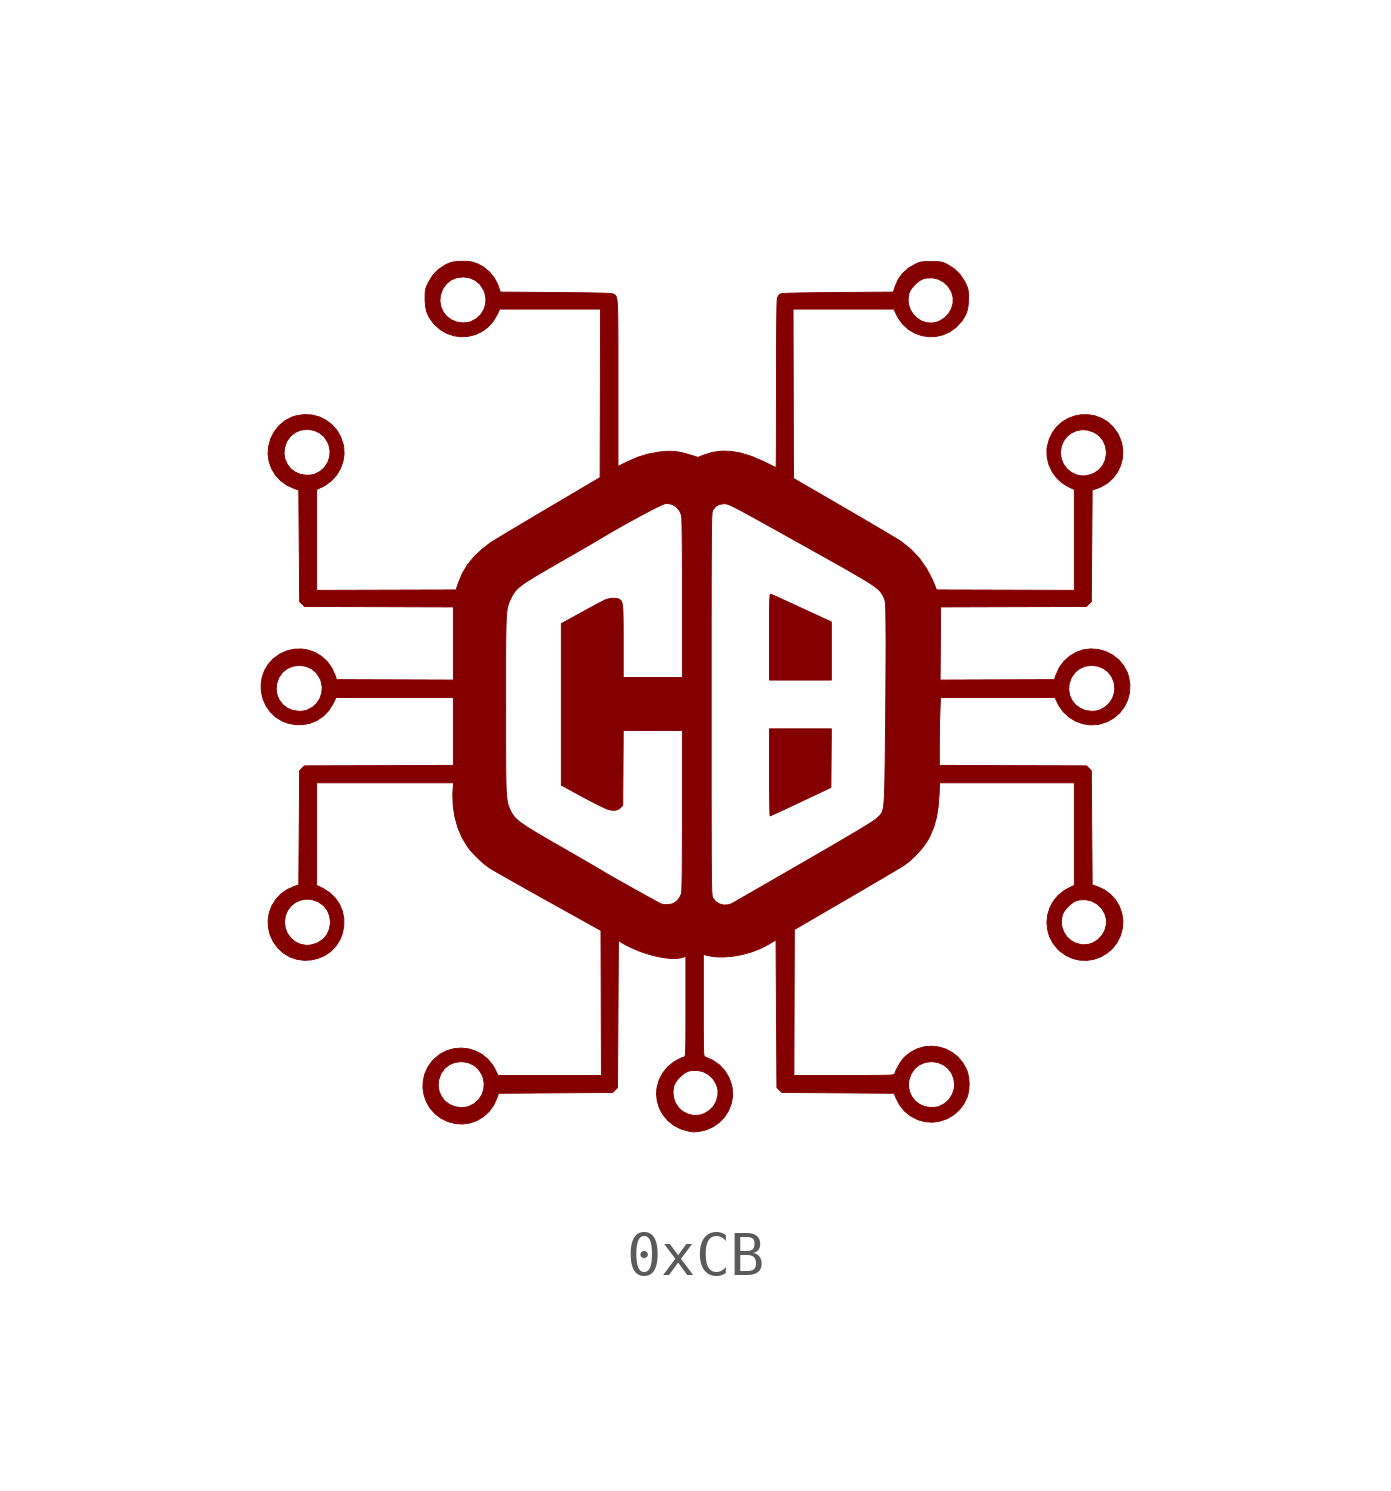
<source format=kicad_sym>
(kicad_symbol_lib
  (version 20211014)
  (generator kicad_symbol_editor)
  (symbol "0xCB"
    (pin_names
      (offset 1.016))
    (property "Reference" "#G"
      (at 0 10.668 0)
      (effects (font (size 1.27 1.27)) hide))
    (symbol "0xCB_0_0"
      (polyline (pts (xy 1.716 -2.739) (xy 1.742 -2.727) (xy 1.8 -2.701) (xy 1.885 -2.662) (xy 1.994 -2.612) (xy 2.122 -2.552) (xy 2.265 -2.485) (xy 2.42 -2.412) (xy 3.11 -2.086) (xy 3.115 -1.413) (xy 3.12 -0.74) (xy 1.7 -0.74) (xy 1.7 -1.783) (xy 1.7 -1.977) (xy 1.701 -2.156) (xy 1.703 -2.319) (xy 1.705 -2.46) (xy 1.707 -2.576) (xy 1.709 -2.664) (xy 1.712 -2.72) (xy 1.715 -2.739) (xy 1.716 -2.739)) (stroke (width 0.01) (type default) (color 0 0 0 0)) (fill (type outline)))
      (polyline (pts (xy 3.12 1.714) (xy 2.445 2.026) (xy 2.438 2.029) (xy 2.284 2.1) (xy 2.141 2.166) (xy 2.013 2.225) (xy 1.904 2.275) (xy 1.818 2.314) (xy 1.761 2.34) (xy 1.735 2.351) (xy 1.731 2.352) (xy 1.724 2.351) (xy 1.718 2.341) (xy 1.713 2.321) (xy 1.709 2.286) (xy 1.706 2.234) (xy 1.704 2.161) (xy 1.702 2.064) (xy 1.701 1.94) (xy 1.7 1.785) (xy 1.7 1.597) (xy 1.7 0.38) (xy 3.12 0.38) (xy 3.12 1.714)) (stroke (width 0.01) (type default) (color 0 0 0 0)) (fill (type outline)))
      (polyline (pts (xy 0.041 -9.991) (xy 0.118 -9.979) (xy 0.241 -9.95) (xy 0.403 -9.879) (xy 0.545 -9.78) (xy 0.665 -9.656) (xy 0.758 -9.511) (xy 0.821 -9.352) (xy 0.852 -9.181) (xy 0.845 -9.004) (xy 0.828 -8.915) (xy 0.766 -8.742) (xy 0.67 -8.587) (xy 0.545 -8.455) (xy 0.392 -8.349) (xy 0.215 -8.273) (xy 0.212 -8.271) (xy 0.205 -8.265) (xy 0.199 -8.252) (xy 0.194 -8.23) (xy 0.19 -8.194) (xy 0.187 -8.143) (xy 0.185 -8.073) (xy 0.183 -7.982) (xy 0.182 -7.865) (xy 0.181 -7.72) (xy 0.18 -7.545) (xy 0.18 -7.336) (xy 0.18 -5.917) (xy 0.225 -5.932) (xy 0.278 -5.947) (xy 0.455 -5.976) (xy 0.653 -5.98) (xy 0.863 -5.962) (xy 1.079 -5.923) (xy 1.292 -5.863) (xy 1.495 -5.784) (xy 1.68 -5.688) (xy 1.85 -5.585) (xy 1.86 -7.282) (xy 1.87 -8.943) (xy 4.891 -8.943) (xy 4.901 -8.808) (xy 4.948 -8.673) (xy 4.956 -8.656) (xy 5.039 -8.54) (xy 5.146 -8.454) (xy 5.275 -8.401) (xy 5.42 -8.383) (xy 5.422 -8.383) (xy 5.564 -8.402) (xy 5.691 -8.454) (xy 5.797 -8.536) (xy 5.879 -8.642) (xy 5.931 -8.768) (xy 5.95 -8.91) (xy 5.942 -9.002) (xy 5.899 -9.135) (xy 5.824 -9.252) (xy 5.721 -9.347) (xy 5.594 -9.413) (xy 5.566 -9.421) (xy 5.496 -9.432) (xy 5.42 -9.437) (xy 5.414 -9.437) (xy 5.273 -9.418) (xy 5.15 -9.366) (xy 5.046 -9.288) (xy 4.967 -9.188) (xy 4.914 -9.071) (xy 4.891 -8.943) (xy 1.87 -8.943) (xy 1.87 -8.979) (xy 1.925 -9.034) (xy 1.981 -9.09) (xy 4.562 -9.11) (xy 4.608 -9.223) (xy 4.688 -9.377) (xy 4.803 -9.52) (xy 4.946 -9.635) (xy 5.114 -9.719) (xy 5.274 -9.763) (xy 5.448 -9.774) (xy 5.618 -9.749) (xy 5.78 -9.693) (xy 5.928 -9.605) (xy 6.058 -9.49) (xy 6.165 -9.349) (xy 6.243 -9.185) (xy 6.248 -9.172) (xy 6.276 -9.04) (xy 6.285 -8.892) (xy 6.274 -8.745) (xy 6.243 -8.615) (xy 6.222 -8.562) (xy 6.136 -8.405) (xy 6.024 -8.274) (xy 5.892 -8.169) (xy 5.744 -8.093) (xy 5.585 -8.045) (xy 5.421 -8.028) (xy 5.256 -8.041) (xy 5.094 -8.088) (xy 4.941 -8.167) (xy 4.801 -8.281) (xy 4.749 -8.341) (xy 4.679 -8.444) (xy 4.617 -8.557) (xy 4.573 -8.665) (xy 4.572 -8.667) (xy 4.566 -8.674) (xy 4.554 -8.68) (xy 4.533 -8.685) (xy 4.499 -8.689) (xy 4.449 -8.693) (xy 4.381 -8.695) (xy 4.291 -8.697) (xy 4.177 -8.698) (xy 4.035 -8.699) (xy 3.861 -8.7) (xy 3.654 -8.7) (xy 3.41 -8.7) (xy 2.26 -8.7) (xy 2.265 -7.025) (xy 2.27 -5.35) (xy 3.472 -4.65) (xy 3.591 -4.581) (xy 3.792 -4.464) (xy 3.982 -4.352) (xy 4.161 -4.247) (xy 4.324 -4.152) (xy 4.468 -4.067) (xy 4.59 -3.994) (xy 4.686 -3.937) (xy 4.755 -3.895) (xy 4.792 -3.872) (xy 4.793 -3.871) (xy 4.907 -3.785) (xy 5.027 -3.675) (xy 5.145 -3.551) (xy 5.248 -3.426) (xy 5.327 -3.309) (xy 5.389 -3.194) (xy 5.472 -2.995) (xy 5.532 -2.778) (xy 5.572 -2.537) (xy 5.594 -2.265) (xy 5.606 -1.98) (xy 8.7 -1.98) (xy 8.7 -4.334) (xy 8.553 -4.406) (xy 8.46 -4.46) (xy 8.324 -4.571) (xy 8.217 -4.703) (xy 8.138 -4.851) (xy 8.089 -5.011) (xy 8.074 -5.152) (xy 8.402 -5.152) (xy 8.424 -5.012) (xy 8.425 -5.011) (xy 8.461 -4.937) (xy 8.523 -4.857) (xy 8.599 -4.781) (xy 8.679 -4.72) (xy 8.752 -4.684) (xy 8.823 -4.668) (xy 8.965 -4.664) (xy 9.1 -4.695) (xy 9.22 -4.76) (xy 9.322 -4.856) (xy 9.398 -4.98) (xy 9.403 -4.99) (xy 9.437 -5.117) (xy 9.434 -5.247) (xy 9.399 -5.373) (xy 9.333 -5.488) (xy 9.239 -5.585) (xy 9.12 -5.658) (xy 9.032 -5.687) (xy 8.92 -5.699) (xy 8.874 -5.697) (xy 8.742 -5.667) (xy 8.626 -5.606) (xy 8.53 -5.519) (xy 8.459 -5.411) (xy 8.414 -5.287) (xy 8.402 -5.152) (xy 8.074 -5.152) (xy 8.071 -5.178) (xy 8.085 -5.345) (xy 8.13 -5.508) (xy 8.21 -5.662) (xy 8.323 -5.801) (xy 8.369 -5.844) (xy 8.514 -5.947) (xy 8.67 -6.017) (xy 8.832 -6.053) (xy 8.995 -6.057) (xy 9.155 -6.031) (xy 9.308 -5.976) (xy 9.449 -5.894) (xy 9.574 -5.786) (xy 9.677 -5.653) (xy 9.755 -5.498) (xy 9.804 -5.321) (xy 9.816 -5.159) (xy 9.793 -4.986) (xy 9.737 -4.822) (xy 9.649 -4.672) (xy 9.533 -4.543) (xy 9.392 -4.438) (xy 9.228 -4.363) (xy 9.11 -4.323) (xy 9.09 -1.701) (xy 9.034 -1.645) (xy 8.979 -1.59) (xy 7.29 -1.585) (xy 5.6 -1.579) (xy 5.6 -1.145) (xy 5.601 -1.001) (xy 5.603 -0.83) (xy 5.605 -0.658) (xy 5.609 -0.498) (xy 5.613 -0.365) (xy 5.626 -0.02) (xy 6.941 -0.02) (xy 8.256 -0.02) (xy 8.317 -0.149) (xy 8.348 -0.209) (xy 8.451 -0.352) (xy 8.58 -0.471) (xy 8.729 -0.563) (xy 8.893 -0.623) (xy 9.065 -0.65) (xy 9.24 -0.64) (xy 9.288 -0.631) (xy 9.462 -0.573) (xy 9.615 -0.485) (xy 9.745 -0.37) (xy 9.849 -0.233) (xy 9.924 -0.078) (xy 9.968 0.09) (xy 9.977 0.268) (xy 9.949 0.451) (xy 9.918 0.548) (xy 9.835 0.706) (xy 9.723 0.842) (xy 9.584 0.952) (xy 9.422 1.034) (xy 9.242 1.084) (xy 9.073 1.096) (xy 8.899 1.073) (xy 8.736 1.014) (xy 8.587 0.924) (xy 8.458 0.805) (xy 8.353 0.66) (xy 8.277 0.49) (xy 8.243 0.39) (xy 5.618 0.38) (xy 5.624 1.22) (xy 5.63 2.059) (xy 7.304 2.065) (xy 8.979 2.07) (xy 9.034 2.126) (xy 9.09 2.181) (xy 9.11 4.743) (xy 9.228 4.783) (xy 9.318 4.819) (xy 9.469 4.91) (xy 9.596 5.027) (xy 9.695 5.164) (xy 9.766 5.318) (xy 9.807 5.484) (xy 9.814 5.655) (xy 9.786 5.827) (xy 9.722 5.996) (xy 9.691 6.052) (xy 9.586 6.196) (xy 9.462 6.31) (xy 9.323 6.393) (xy 9.173 6.448) (xy 9.018 6.474) (xy 8.861 6.473) (xy 8.707 6.444) (xy 8.56 6.389) (xy 8.424 6.308) (xy 8.303 6.202) (xy 8.203 6.071) (xy 8.127 5.917) (xy 8.079 5.74) (xy 8.071 5.674) (xy 8.073 5.608) (xy 8.382 5.608) (xy 8.401 5.746) (xy 8.453 5.87) (xy 8.531 5.973) (xy 8.632 6.053) (xy 8.749 6.106) (xy 8.878 6.129) (xy 9.012 6.119) (xy 9.147 6.072) (xy 9.164 6.064) (xy 9.28 5.981) (xy 9.365 5.873) (xy 9.419 5.745) (xy 9.437 5.6) (xy 9.437 5.579) (xy 9.413 5.438) (xy 9.357 5.313) (xy 9.27 5.209) (xy 9.156 5.132) (xy 9.11 5.112) (xy 9.024 5.085) (xy 8.949 5.07) (xy 8.874 5.068) (xy 8.743 5.094) (xy 8.625 5.151) (xy 8.524 5.237) (xy 8.447 5.344) (xy 8.398 5.47) (xy 8.382 5.608) (xy 8.073 5.608) (xy 8.075 5.5) (xy 8.116 5.33) (xy 8.188 5.171) (xy 8.29 5.029) (xy 8.419 4.909) (xy 8.57 4.817) (xy 8.7 4.756) (xy 8.7 2.44) (xy 5.536 2.45) (xy 5.471 2.612) (xy 5.443 2.678) (xy 5.309 2.936) (xy 5.144 3.171) (xy 4.95 3.378) (xy 4.73 3.556) (xy 4.716 3.566) (xy 4.663 3.599) (xy 4.58 3.65) (xy 4.47 3.715) (xy 4.337 3.795) (xy 4.183 3.885) (xy 4.012 3.986) (xy 3.828 4.094) (xy 3.633 4.208) (xy 3.43 4.326) (xy 2.25 5.011) (xy 2.245 6.955) (xy 2.24 8.9) (xy 4.556 8.9) (xy 4.617 8.77) (xy 4.661 8.687) (xy 4.768 8.544) (xy 4.895 8.43) (xy 5.039 8.346) (xy 5.195 8.29) (xy 5.358 8.265) (xy 5.523 8.271) (xy 5.684 8.308) (xy 5.839 8.376) (xy 5.98 8.477) (xy 6.105 8.611) (xy 6.135 8.652) (xy 6.199 8.759) (xy 6.241 8.868) (xy 6.263 8.991) (xy 6.269 9.14) (xy 6.269 9.168) (xy 6.268 9.256) (xy 6.263 9.321) (xy 6.251 9.375) (xy 6.23 9.431) (xy 6.198 9.501) (xy 6.179 9.538) (xy 6.074 9.696) (xy 5.942 9.825) (xy 5.785 9.924) (xy 5.741 9.945) (xy 5.69 9.966) (xy 5.643 9.979) (xy 5.587 9.987) (xy 5.513 9.989) (xy 5.41 9.99) (xy 5.337 9.99) (xy 5.254 9.988) (xy 5.194 9.982) (xy 5.145 9.972) (xy 5.097 9.953) (xy 5.04 9.926) (xy 4.886 9.835) (xy 4.753 9.715) (xy 4.651 9.572) (xy 4.58 9.405) (xy 4.545 9.29) (xy 3.267 9.28) (xy 3.068 9.278) (xy 2.819 9.276) (xy 2.606 9.273) (xy 2.426 9.271) (xy 2.279 9.267) (xy 2.162 9.264) (xy 2.072 9.26) (xy 2.008 9.256) (xy 1.967 9.251) (xy 1.947 9.245) (xy 1.947 9.245) (xy 1.91 9.21) (xy 1.882 9.158) (xy 1.879 9.142) (xy 1.878 9.131) (xy 4.882 9.131) (xy 4.904 9.268) (xy 4.905 9.269) (xy 4.941 9.343) (xy 5.003 9.423) (xy 5.079 9.499) (xy 5.159 9.56) (xy 5.232 9.596) (xy 5.303 9.612) (xy 5.445 9.616) (xy 5.58 9.585) (xy 5.7 9.52) (xy 5.802 9.424) (xy 5.878 9.3) (xy 5.883 9.29) (xy 5.917 9.162) (xy 5.915 9.033) (xy 5.879 8.907) (xy 5.813 8.792) (xy 5.719 8.695) (xy 5.6 8.622) (xy 5.563 8.606) (xy 5.435 8.579) (xy 5.31 8.586) (xy 5.194 8.624) (xy 5.09 8.688) (xy 5.002 8.775) (xy 4.935 8.881) (xy 4.894 9.001) (xy 4.882 9.131) (xy 1.878 9.131) (xy 1.875 9.095) (xy 1.872 9.018) (xy 1.869 8.909) (xy 1.867 8.768) (xy 1.865 8.593) (xy 1.863 8.383) (xy 1.862 8.138) (xy 1.861 7.856) (xy 1.86 7.536) (xy 1.86 7.177) (xy 1.86 7.073) (xy 1.86 6.804) (xy 1.859 6.548) (xy 1.859 6.307) (xy 1.858 6.084) (xy 1.858 5.882) (xy 1.857 5.703) (xy 1.856 5.551) (xy 1.855 5.428) (xy 1.854 5.336) (xy 1.853 5.28) (xy 1.851 5.26) (xy 1.85 5.26) (xy 1.823 5.272) (xy 1.769 5.298) (xy 1.695 5.334) (xy 1.606 5.378) (xy 1.54 5.41) (xy 1.282 5.519) (xy 1.04 5.593) (xy 0.812 5.633) (xy 0.594 5.638) (xy 0.386 5.608) (xy 0.184 5.545) (xy 0.057 5.494) (xy -0.115 5.548) (xy -0.257 5.589) (xy -0.391 5.618) (xy -0.515 5.633) (xy -0.64 5.634) (xy -0.781 5.623) (xy -0.836 5.616) (xy -1.087 5.57) (xy -1.325 5.497) (xy -1.565 5.393) (xy -1.78 5.287) (xy -1.78 7.499) (xy -1.78 7.79) (xy -1.78 8.045) (xy -1.781 8.268) (xy -1.782 8.46) (xy -1.783 8.623) (xy -1.785 8.761) (xy -1.788 8.875) (xy -1.792 8.968) (xy -1.796 9.042) (xy -1.802 9.1) (xy -1.809 9.143) (xy -1.818 9.175) (xy -1.828 9.198) (xy -1.839 9.214) (xy -1.853 9.226) (xy -1.868 9.235) (xy -1.885 9.245) (xy -1.887 9.245) (xy -1.907 9.251) (xy -1.946 9.255) (xy -2.006 9.26) (xy -2.089 9.264) (xy -2.197 9.267) (xy -2.333 9.27) (xy -2.5 9.273) (xy -2.699 9.275) (xy -2.934 9.278) (xy -3.206 9.28) (xy -4.482 9.29) (xy -4.527 9.422) (xy -4.543 9.467) (xy -4.625 9.62) (xy -4.735 9.755) (xy -4.866 9.862) (xy -4.889 9.877) (xy -5.005 9.939) (xy -5.12 9.978) (xy -5.247 9.996) (xy -5.398 9.996) (xy -5.429 9.995) (xy -5.519 9.988) (xy -5.589 9.976) (xy -5.653 9.955) (xy -5.725 9.923) (xy -5.763 9.904) (xy -5.913 9.8) (xy -6.039 9.665) (xy -6.138 9.501) (xy -6.147 9.481) (xy -6.177 9.415) (xy -6.195 9.361) (xy -6.205 9.306) (xy -6.209 9.237) (xy -6.21 9.14) (xy -6.209 9.092) (xy -6.208 9.077) (xy -5.869 9.077) (xy -5.859 9.212) (xy -5.812 9.347) (xy -5.804 9.364) (xy -5.721 9.48) (xy -5.614 9.566) (xy -5.485 9.619) (xy -5.34 9.637) (xy -5.321 9.637) (xy -5.178 9.614) (xy -5.052 9.556) (xy -4.947 9.467) (xy -4.868 9.347) (xy -4.839 9.278) (xy -4.812 9.141) (xy -4.821 9.006) (xy -4.863 8.879) (xy -4.936 8.766) (xy -5.038 8.673) (xy -5.166 8.607) (xy -5.194 8.599) (xy -5.264 8.588) (xy -5.34 8.583) (xy -5.346 8.583) (xy -5.487 8.602) (xy -5.61 8.654) (xy -5.714 8.732) (xy -5.793 8.832) (xy -5.846 8.949) (xy -5.869 9.077) (xy -6.208 9.077) (xy -6.197 8.946) (xy -6.167 8.822) (xy -6.115 8.711) (xy -6.038 8.6) (xy -5.989 8.542) (xy -5.854 8.424) (xy -5.705 8.339) (xy -5.545 8.286) (xy -5.381 8.264) (xy -5.216 8.274) (xy -5.056 8.314) (xy -4.905 8.384) (xy -4.768 8.484) (xy -4.651 8.613) (xy -4.557 8.77) (xy -4.496 8.9) (xy -2.18 8.9) (xy -2.185 6.965) (xy -2.19 5.031) (xy -3.394 4.32) (xy -3.516 4.248) (xy -3.716 4.129) (xy -3.907 4.016) (xy -4.086 3.909) (xy -4.249 3.812) (xy -4.393 3.725) (xy -4.515 3.651) (xy -4.612 3.592) (xy -4.681 3.549) (xy -4.719 3.524) (xy -4.891 3.393) (xy -5.079 3.217) (xy -5.232 3.03) (xy -5.353 2.829) (xy -5.444 2.61) (xy -5.498 2.45) (xy -7.099 2.445) (xy -8.7 2.44) (xy -8.7 3.598) (xy -8.7 4.756) (xy -8.571 4.817) (xy -8.511 4.848) (xy -8.368 4.951) (xy -8.249 5.08) (xy -8.157 5.229) (xy -8.097 5.393) (xy -8.07 5.565) (xy -8.079 5.74) (xy -8.089 5.788) (xy -8.147 5.962) (xy -8.235 6.115) (xy -8.35 6.245) (xy -8.487 6.349) (xy -8.642 6.425) (xy -8.81 6.468) (xy -8.988 6.477) (xy -9.171 6.449) (xy -9.268 6.418) (xy -9.425 6.336) (xy -9.562 6.223) (xy -9.672 6.084) (xy -9.754 5.922) (xy -9.804 5.742) (xy -9.816 5.577) (xy -9.449 5.577) (xy -9.439 5.712) (xy -9.392 5.847) (xy -9.384 5.864) (xy -9.301 5.98) (xy -9.194 6.066) (xy -9.065 6.119) (xy -8.92 6.137) (xy -8.901 6.137) (xy -8.758 6.114) (xy -8.632 6.056) (xy -8.527 5.967) (xy -8.448 5.847) (xy -8.419 5.779) (xy -8.392 5.641) (xy -8.4 5.506) (xy -8.443 5.379) (xy -8.516 5.266) (xy -8.618 5.173) (xy -8.746 5.107) (xy -8.774 5.099) (xy -8.844 5.088) (xy -8.92 5.083) (xy -8.926 5.083) (xy -9.067 5.102) (xy -9.19 5.154) (xy -9.294 5.232) (xy -9.373 5.332) (xy -9.426 5.449) (xy -9.449 5.577) (xy -9.816 5.577) (xy -9.816 5.573) (xy -9.792 5.399) (xy -9.734 5.236) (xy -9.644 5.087) (xy -9.525 4.958) (xy -9.38 4.853) (xy -9.21 4.777) (xy -9.11 4.743) (xy -9.1 3.462) (xy -9.09 2.181) (xy -9.035 2.126) (xy -8.979 2.07) (xy -7.27 2.065) (xy -5.56 2.059) (xy -5.56 1.22) (xy -5.56 0.38) (xy -8.243 0.39) (xy -8.277 0.49) (xy -8.277 0.491) (xy -8.354 0.66) (xy -8.457 0.804) (xy -8.583 0.92) (xy -8.726 1.008) (xy -8.882 1.067) (xy -9.046 1.094) (xy -9.214 1.089) (xy -9.381 1.051) (xy -9.542 0.979) (xy -9.693 0.87) (xy -9.695 0.869) (xy -9.813 0.739) (xy -9.899 0.592) (xy -9.953 0.434) (xy -9.976 0.27) (xy -9.971 0.157) (xy -9.629 0.157) (xy -9.619 0.292) (xy -9.572 0.427) (xy -9.564 0.444) (xy -9.481 0.56) (xy -9.373 0.645) (xy -9.245 0.699) (xy -9.1 0.717) (xy -9.081 0.717) (xy -8.938 0.694) (xy -8.812 0.636) (xy -8.707 0.547) (xy -8.628 0.427) (xy -8.599 0.358) (xy -8.572 0.221) (xy -8.581 0.086) (xy -8.623 -0.041) (xy -8.696 -0.154) (xy -8.798 -0.247) (xy -8.926 -0.313) (xy -8.954 -0.321) (xy -9.024 -0.333) (xy -9.1 -0.337) (xy -9.106 -0.337) (xy -9.247 -0.318) (xy -9.37 -0.266) (xy -9.474 -0.188) (xy -9.553 -0.088) (xy -9.606 0.029) (xy -9.629 0.157) (xy -9.971 0.157) (xy -9.968 0.105) (xy -9.93 -0.057) (xy -9.864 -0.209) (xy -9.768 -0.346) (xy -9.646 -0.465) (xy -9.496 -0.558) (xy -9.369 -0.608) (xy -9.193 -0.644) (xy -9.018 -0.645) (xy -8.848 -0.611) (xy -8.69 -0.545) (xy -8.546 -0.448) (xy -8.424 -0.321) (xy -8.326 -0.167) (xy -8.254 -0.02) (xy -5.56 -0.02) (xy -5.56 -0.19) (xy -4.359 -0.19) (xy -4.359 0.039) (xy -4.359 0.358) (xy -4.359 0.64) (xy -4.359 0.889) (xy -4.358 1.107) (xy -4.356 1.297) (xy -4.354 1.46) (xy -4.351 1.599) (xy -4.348 1.718) (xy -4.343 1.817) (xy -4.337 1.901) (xy -4.33 1.97) (xy -4.321 2.028) (xy -4.31 2.077) (xy -4.298 2.119) (xy -4.285 2.157) (xy -4.269 2.194) (xy -4.251 2.231) (xy -4.231 2.272) (xy -4.212 2.31) (xy -4.182 2.362) (xy -4.149 2.41) (xy -4.109 2.457) (xy -4.059 2.505) (xy -3.996 2.556) (xy -3.917 2.612) (xy -3.819 2.676) (xy -3.698 2.751) (xy -3.552 2.838) (xy -3.377 2.94) (xy -3.17 3.059) (xy -3.081 3.11) (xy -2.91 3.209) (xy -2.742 3.305) (xy -2.585 3.396) (xy -2.442 3.479) (xy -2.318 3.551) (xy -2.219 3.609) (xy -2.15 3.651) (xy -2.106 3.677) (xy -1.952 3.768) (xy -1.79 3.861) (xy -1.625 3.954) (xy -1.461 4.045) (xy -1.302 4.132) (xy -1.152 4.212) (xy -1.016 4.283) (xy -0.898 4.343) (xy -0.801 4.389) (xy -0.731 4.42) (xy -0.691 4.433) (xy -0.637 4.436) (xy -0.533 4.413) (xy -0.442 4.358) (xy -0.369 4.275) (xy -0.322 4.168) (xy -0.318 4.139) (xy -0.314 4.075) (xy -0.311 3.977) (xy -0.308 3.843) (xy -0.306 3.674) (xy -0.304 3.468) (xy -0.302 3.225) (xy -0.301 2.944) (xy -0.3 2.624) (xy -0.3 2.265) (xy -0.3 0.44) (xy -1.66 0.44) (xy -1.66 1.271) (xy -1.66 1.345) (xy -1.66 1.548) (xy -1.661 1.716) (xy -1.663 1.852) (xy -1.666 1.961) (xy -1.671 2.045) (xy -1.679 2.108) (xy -1.688 2.154) (xy -1.701 2.187) (xy -1.716 2.209) (xy -1.736 2.226) (xy -1.759 2.24) (xy -1.761 2.241) (xy -1.824 2.257) (xy -1.908 2.258) (xy -1.997 2.245) (xy -2.077 2.22) (xy -2.108 2.204) (xy -2.174 2.17) (xy -2.264 2.123) (xy -2.372 2.064) (xy -2.494 1.998) (xy -2.622 1.928) (xy -3.08 1.676) (xy -3.08 -2.035) (xy -2.605 -2.292) (xy -2.487 -2.356) (xy -2.359 -2.422) (xy -2.242 -2.482) (xy -2.142 -2.531) (xy -2.065 -2.567) (xy -2.016 -2.587) (xy -1.979 -2.598) (xy -1.873 -2.614) (xy -1.787 -2.597) (xy -1.718 -2.548) (xy -1.67 -2.497) (xy -1.659 -0.78) (xy -0.3 -0.78) (xy -0.3 -1.122) (xy 0.36 -1.122) (xy 0.36 0.451) (xy 0.36 0.898) (xy 0.36 1.308) (xy 0.36 1.684) (xy 0.361 2.026) (xy 0.361 2.337) (xy 0.361 2.617) (xy 0.362 2.868) (xy 0.363 3.093) (xy 0.364 3.292) (xy 0.365 3.467) (xy 0.366 3.62) (xy 0.367 3.752) (xy 0.369 3.865) (xy 0.37 3.96) (xy 0.372 4.039) (xy 0.374 4.103) (xy 0.377 4.155) (xy 0.379 4.195) (xy 0.382 4.225) (xy 0.385 4.247) (xy 0.389 4.262) (xy 0.392 4.272) (xy 0.401 4.289) (xy 0.464 4.368) (xy 0.549 4.415) (xy 0.66 4.43) (xy 0.669 4.43) (xy 0.688 4.429) (xy 0.709 4.426) (xy 0.734 4.419) (xy 0.765 4.409) (xy 0.804 4.392) (xy 0.854 4.369) (xy 0.916 4.338) (xy 0.994 4.298) (xy 1.088 4.247) (xy 1.202 4.185) (xy 1.338 4.111) (xy 1.498 4.023) (xy 1.683 3.92) (xy 1.897 3.801) (xy 2.141 3.664) (xy 2.418 3.51) (xy 2.51 3.459) (xy 2.79 3.302) (xy 3.037 3.164) (xy 3.255 3.042) (xy 3.444 2.935) (xy 3.607 2.841) (xy 3.747 2.76) (xy 3.865 2.69) (xy 3.964 2.629) (xy 4.045 2.577) (xy 4.111 2.531) (xy 4.164 2.491) (xy 4.205 2.455) (xy 4.238 2.422) (xy 4.264 2.39) (xy 4.285 2.358) (xy 4.303 2.325) (xy 4.321 2.29) (xy 4.324 2.284) (xy 4.336 2.257) (xy 4.346 2.231) (xy 4.354 2.2) (xy 4.36 2.161) (xy 4.365 2.108) (xy 4.368 2.038) (xy 4.371 1.945) (xy 4.372 1.826) (xy 4.374 1.676) (xy 4.375 1.49) (xy 4.376 1.359) (xy 4.376 1.189) (xy 4.376 0.99) (xy 4.375 0.765) (xy 4.374 0.52) (xy 4.372 0.259) (xy 4.372 0.157) (xy 8.571 0.157) (xy 8.581 0.292) (xy 8.628 0.427) (xy 8.636 0.444) (xy 8.719 0.56) (xy 8.826 0.645) (xy 8.955 0.699) (xy 9.1 0.717) (xy 9.102 0.717) (xy 9.244 0.698) (xy 9.371 0.646) (xy 9.477 0.564) (xy 9.559 0.458) (xy 9.611 0.332) (xy 9.63 0.19) (xy 9.622 0.098) (xy 9.579 -0.035) (xy 9.505 -0.152) (xy 9.401 -0.246) (xy 9.274 -0.313) (xy 9.246 -0.321) (xy 9.176 -0.333) (xy 9.1 -0.337) (xy 9.094 -0.337) (xy 8.953 -0.318) (xy 8.83 -0.266) (xy 8.726 -0.188) (xy 8.647 -0.088) (xy 8.594 0.029) (xy 8.571 0.157) (xy 4.372 0.157) (xy 4.371 -0.012) (xy 4.368 -0.289) (xy 4.366 -0.567) (xy 4.363 -0.84) (xy 4.362 -0.899) (xy 4.359 -1.2) (xy 4.356 -1.463) (xy 4.353 -1.693) (xy 4.35 -1.89) (xy 4.346 -2.059) (xy 4.342 -2.202) (xy 4.337 -2.321) (xy 4.33 -2.418) (xy 4.322 -2.498) (xy 4.312 -2.562) (xy 4.3 -2.612) (xy 4.286 -2.653) (xy 4.269 -2.685) (xy 4.25 -2.712) (xy 4.227 -2.737) (xy 4.201 -2.762) (xy 4.172 -2.79) (xy 4.15 -2.809) (xy 4.109 -2.839) (xy 4.051 -2.878) (xy 3.975 -2.927) (xy 3.877 -2.987) (xy 3.758 -3.06) (xy 3.614 -3.146) (xy 3.444 -3.246) (xy 3.246 -3.362) (xy 3.019 -3.494) (xy 2.76 -3.644) (xy 2.469 -3.813) (xy 2.437 -3.831) (xy 2.205 -3.965) (xy 1.983 -4.093) (xy 1.773 -4.214) (xy 1.577 -4.327) (xy 1.399 -4.429) (xy 1.241 -4.52) (xy 1.104 -4.599) (xy 0.992 -4.663) (xy 0.908 -4.711) (xy 0.853 -4.742) (xy 0.83 -4.755) (xy 0.753 -4.781) (xy 0.646 -4.787) (xy 0.545 -4.759) (xy 0.459 -4.702) (xy 0.395 -4.619) (xy 0.395 -4.618) (xy 0.391 -4.608) (xy 0.387 -4.595) (xy 0.384 -4.576) (xy 0.381 -4.551) (xy 0.378 -4.517) (xy 0.375 -4.473) (xy 0.373 -4.418) (xy 0.371 -4.349) (xy 0.369 -4.266) (xy 0.368 -4.166) (xy 0.366 -4.048) (xy 0.365 -3.912) (xy 0.364 -3.753) (xy 0.363 -3.573) (xy 0.362 -3.368) (xy 0.362 -3.137) (xy 0.361 -2.879) (xy 0.361 -2.592) (xy 0.36 -2.274) (xy 0.36 -1.925) (xy 0.36 -1.541) (xy 0.36 -1.122) (xy -0.3 -1.122) (xy -0.3 -2.615) (xy -0.3 -2.826) (xy -0.301 -3.164) (xy -0.302 -3.465) (xy -0.303 -3.73) (xy -0.305 -3.958) (xy -0.307 -4.149) (xy -0.31 -4.301) (xy -0.313 -4.415) (xy -0.317 -4.489) (xy -0.321 -4.524) (xy -0.323 -4.532) (xy -0.367 -4.623) (xy -0.435 -4.701) (xy -0.513 -4.753) (xy -0.561 -4.766) (xy -0.64 -4.777) (xy -0.719 -4.777) (xy -0.78 -4.765) (xy -0.78 -4.765) (xy -0.809 -4.751) (xy -0.867 -4.72) (xy -0.951 -4.674) (xy -1.055 -4.617) (xy -1.174 -4.552) (xy -1.303 -4.48) (xy -1.438 -4.405) (xy -1.574 -4.329) (xy -1.705 -4.255) (xy -1.828 -4.186) (xy -1.936 -4.124) (xy -2.026 -4.073) (xy -2.092 -4.034) (xy -2.13 -4.011) (xy -2.133 -4.01) (xy -2.173 -3.985) (xy -2.244 -3.942) (xy -2.342 -3.885) (xy -2.463 -3.815) (xy -2.603 -3.734) (xy -2.758 -3.644) (xy -2.925 -3.548) (xy -3.099 -3.448) (xy -3.118 -3.437) (xy -3.334 -3.313) (xy -3.519 -3.205) (xy -3.675 -3.113) (xy -3.805 -3.033) (xy -3.912 -2.964) (xy -3.998 -2.905) (xy -4.067 -2.852) (xy -4.121 -2.803) (xy -4.164 -2.757) (xy -4.198 -2.712) (xy -4.226 -2.664) (xy -4.251 -2.614) (xy -4.256 -2.602) (xy -4.273 -2.566) (xy -4.287 -2.531) (xy -4.3 -2.495) (xy -4.311 -2.456) (xy -4.321 -2.411) (xy -4.329 -2.358) (xy -4.336 -2.295) (xy -4.342 -2.218) (xy -4.347 -2.125) (xy -4.351 -2.015) (xy -4.354 -1.884) (xy -4.356 -1.73) (xy -4.357 -1.551) (xy -4.358 -1.344) (xy -4.359 -1.107) (xy -4.359 -0.837) (xy -4.359 -0.532) (xy -4.359 -0.19) (xy -5.56 -0.19) (xy -5.56 -0.8) (xy -5.56 -1.579) (xy -7.27 -1.585) (xy -8.979 -1.59) (xy -9.09 -1.701) (xy -9.1 -3.012) (xy -9.11 -4.323) (xy -9.21 -4.357) (xy -9.211 -4.357) (xy -9.38 -4.434) (xy -9.524 -4.537) (xy -9.64 -4.663) (xy -9.728 -4.806) (xy -9.787 -4.962) (xy -9.814 -5.126) (xy -9.813 -5.172) (xy -9.438 -5.172) (xy -9.419 -5.034) (xy -9.367 -4.91) (xy -9.289 -4.807) (xy -9.188 -4.727) (xy -9.071 -4.674) (xy -8.942 -4.651) (xy -8.808 -4.661) (xy -8.673 -4.708) (xy -8.656 -4.716) (xy -8.54 -4.799) (xy -8.455 -4.907) (xy -8.401 -5.035) (xy -8.383 -5.18) (xy -8.383 -5.201) (xy -8.407 -5.342) (xy -8.463 -5.467) (xy -8.55 -5.571) (xy -8.664 -5.648) (xy -8.71 -5.668) (xy -8.796 -5.695) (xy -8.871 -5.71) (xy -8.946 -5.712) (xy -9.077 -5.686) (xy -9.195 -5.629) (xy -9.296 -5.543) (xy -9.373 -5.436) (xy -9.422 -5.31) (xy -9.438 -5.172) (xy -9.813 -5.172) (xy -9.809 -5.294) (xy -9.771 -5.461) (xy -9.699 -5.622) (xy -9.59 -5.773) (xy -9.589 -5.775) (xy -9.459 -5.893) (xy -9.312 -5.979) (xy -9.154 -6.033) (xy -8.99 -6.056) (xy -8.825 -6.048) (xy -8.663 -6.01) (xy -8.511 -5.944) (xy -8.373 -5.848) (xy -8.255 -5.725) (xy -8.162 -5.575) (xy -8.112 -5.449) (xy -8.076 -5.273) (xy -8.075 -5.098) (xy -8.109 -4.928) (xy -8.175 -4.769) (xy -8.273 -4.626) (xy -8.399 -4.504) (xy -8.553 -4.406) (xy -8.7 -4.334) (xy -8.7 -1.98) (xy -5.555 -1.98) (xy -5.569 -2.165) (xy -5.573 -2.25) (xy -5.564 -2.51) (xy -5.524 -2.767) (xy -5.454 -3.014) (xy -5.356 -3.243) (xy -5.232 -3.448) (xy -5.172 -3.525) (xy -5.071 -3.637) (xy -4.956 -3.75) (xy -4.839 -3.852) (xy -4.733 -3.932) (xy -4.714 -3.943) (xy -4.657 -3.977) (xy -4.571 -4.028) (xy -4.457 -4.093) (xy -4.32 -4.17) (xy -4.163 -4.259) (xy -3.988 -4.358) (xy -3.8 -4.464) (xy -3.6 -4.575) (xy -3.393 -4.691) (xy -2.17 -5.371) (xy -2.16 -8.7) (xy -4.534 -8.7) (xy -4.606 -8.553) (xy -4.66 -8.46) (xy -4.771 -8.324) (xy -4.903 -8.217) (xy -5.052 -8.138) (xy -5.212 -8.089) (xy -5.378 -8.071) (xy -5.545 -8.085) (xy -5.708 -8.13) (xy -5.862 -8.21) (xy -6.001 -8.323) (xy -6.044 -8.368) (xy -6.148 -8.514) (xy -6.217 -8.67) (xy -6.253 -8.832) (xy -6.257 -8.943) (xy -5.909 -8.943) (xy -5.899 -8.808) (xy -5.852 -8.673) (xy -5.844 -8.656) (xy -5.761 -8.54) (xy -5.654 -8.454) (xy -5.525 -8.401) (xy -5.38 -8.383) (xy -5.361 -8.383) (xy -5.218 -8.406) (xy -5.092 -8.464) (xy -4.987 -8.553) (xy -4.908 -8.673) (xy -4.879 -8.742) (xy -4.852 -8.879) (xy -4.861 -9.014) (xy -4.903 -9.141) (xy -4.976 -9.254) (xy -5.078 -9.347) (xy -5.206 -9.413) (xy -5.234 -9.421) (xy -5.304 -9.432) (xy -5.38 -9.437) (xy -5.386 -9.437) (xy -5.527 -9.418) (xy -5.65 -9.366) (xy -5.754 -9.288) (xy -5.833 -9.188) (xy -5.886 -9.071) (xy -5.909 -8.943) (xy -6.257 -8.943) (xy -6.258 -8.995) (xy -6.232 -9.156) (xy -6.177 -9.308) (xy -6.095 -9.449) (xy -5.987 -9.573) (xy -5.854 -9.677) (xy -5.698 -9.755) (xy -5.521 -9.804) (xy -5.352 -9.816) (xy -5.178 -9.792) (xy -5.015 -9.734) (xy -4.867 -9.644) (xy -4.738 -9.525) (xy -4.633 -9.379) (xy -4.557 -9.21) (xy -4.523 -9.11) (xy -3.212 -9.1) (xy -1.901 -9.09) (xy -1.845 -9.034) (xy -1.79 -8.979) (xy -1.78 -7.29) (xy -1.77 -5.602) (xy -1.67 -5.664) (xy -1.637 -5.684) (xy -1.559 -5.724) (xy -1.465 -5.769) (xy -1.37 -5.812) (xy -1.218 -5.871) (xy -1.043 -5.927) (xy -0.869 -5.97) (xy -0.702 -6) (xy -0.551 -6.015) (xy -0.421 -6.014) (xy -0.321 -5.996) (xy -0.22 -5.964) (xy -0.22 -7.112) (xy -0.22 -7.181) (xy -0.22 -7.415) (xy -0.221 -7.612) (xy -0.221 -7.777) (xy -0.222 -7.911) (xy -0.224 -8.019) (xy -0.226 -8.102) (xy -0.228 -8.165) (xy -0.232 -8.21) (xy -0.236 -8.24) (xy -0.241 -8.258) (xy -0.248 -8.268) (xy -0.255 -8.273) (xy -0.326 -8.298) (xy -0.493 -8.387) (xy -0.636 -8.503) (xy -0.751 -8.645) (xy -0.835 -8.807) (xy -0.884 -8.987) (xy -0.891 -9.072) (xy -0.518 -9.072) (xy -0.496 -8.932) (xy -0.495 -8.931) (xy -0.459 -8.857) (xy -0.397 -8.777) (xy -0.321 -8.701) (xy -0.241 -8.64) (xy -0.168 -8.604) (xy -0.097 -8.588) (xy 0.045 -8.584) (xy 0.18 -8.615) (xy 0.3 -8.68) (xy 0.402 -8.776) (xy 0.478 -8.9) (xy 0.483 -8.91) (xy 0.517 -9.037) (xy 0.514 -9.167) (xy 0.479 -9.293) (xy 0.413 -9.408) (xy 0.319 -9.505) (xy 0.2 -9.578) (xy 0.112 -9.607) (xy 0 -9.619) (xy -0.046 -9.617) (xy -0.178 -9.587) (xy -0.294 -9.526) (xy -0.39 -9.439) (xy -0.462 -9.331) (xy -0.506 -9.207) (xy -0.518 -9.072) (xy -0.891 -9.072) (xy -0.895 -9.122) (xy -0.877 -9.295) (xy -0.825 -9.459) (xy -0.741 -9.608) (xy -0.63 -9.739) (xy -0.494 -9.848) (xy -0.336 -9.929) (xy -0.16 -9.979) (xy -0.12 -9.986) (xy -0.062 -9.994) (xy -0.014 -9.996) (xy 0.041 -9.991)) (stroke (width 0.01) (type default) (color 0 0 0 0)) (fill (type outline))))))
</source>
